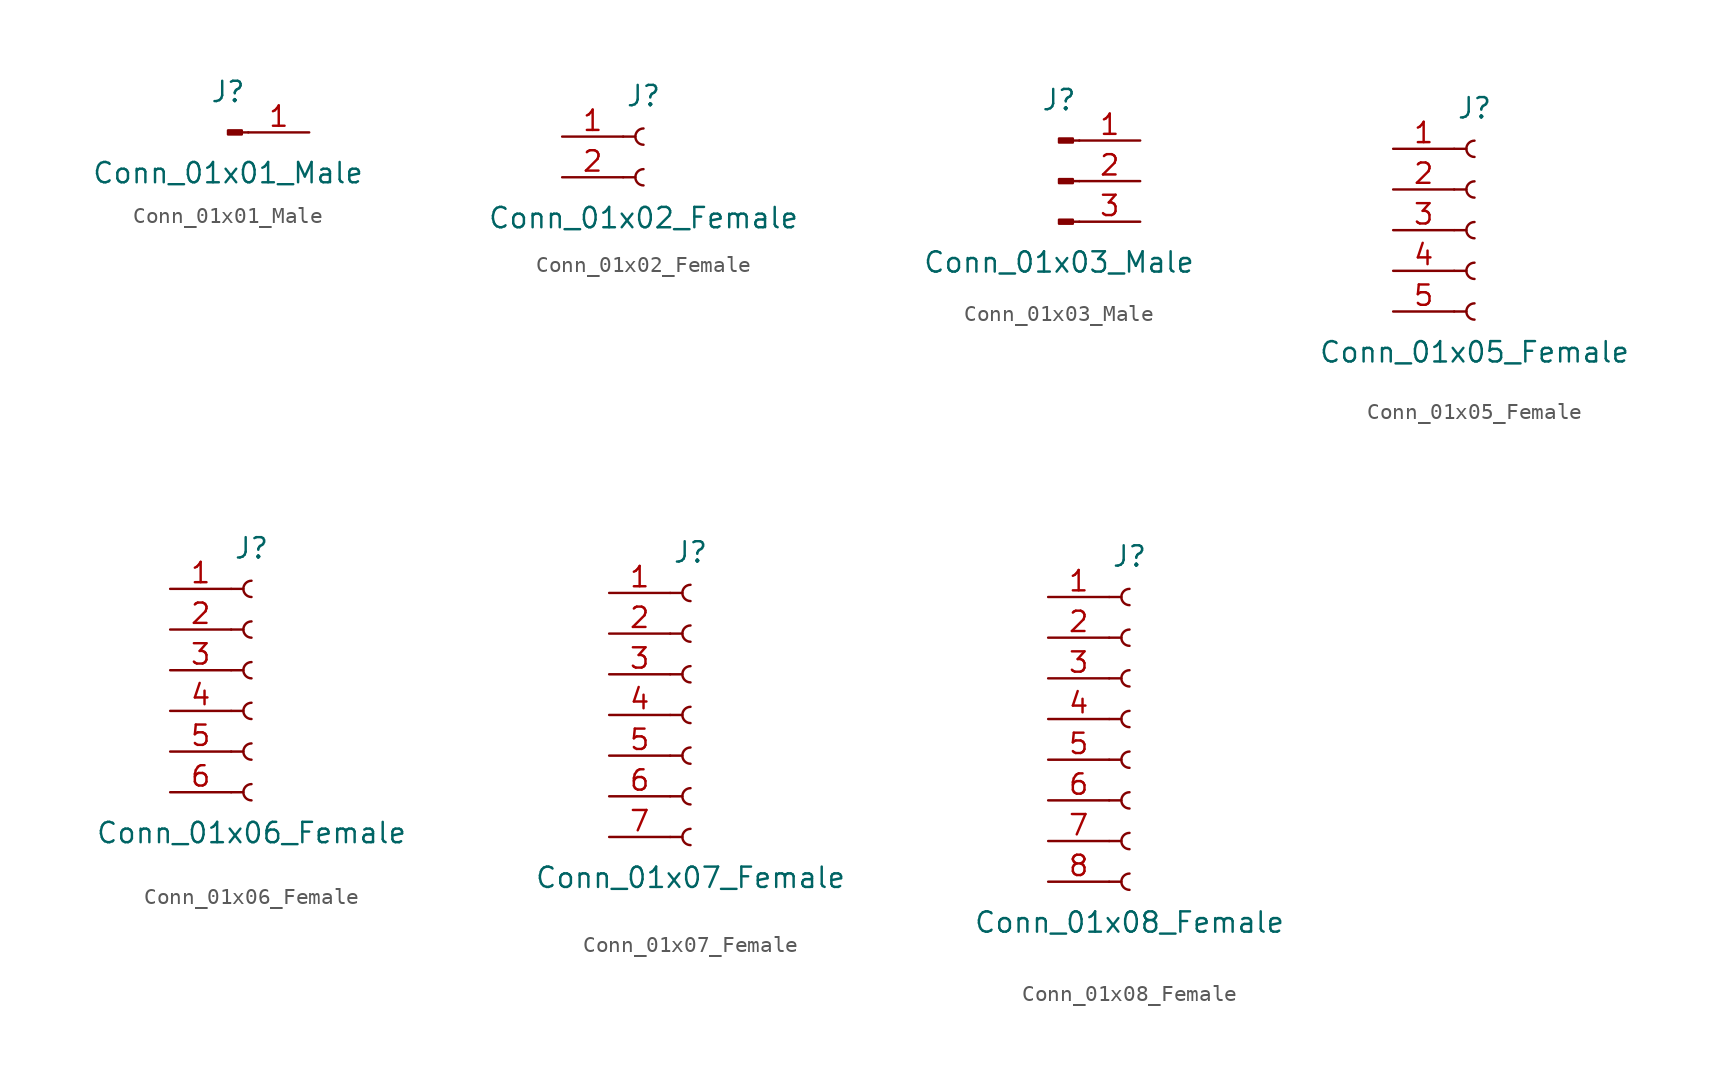
<source format=kicad_sym>
(kicad_symbol_lib
  (version 20201005)
  (generator kicad_symbol_editor)
  (symbol "Conn_01x01_Male"
    (pin_names
      (offset 1.016) hide)
    (property "Reference" "J"
      (at 0 2.54 0)
      (effects (font (size 1.27 1.27))))
    (property "Value" "Conn_01x01_Male"
      (at 0 -2.54 0)
      (effects (font (size 1.27 1.27))))
    (symbol "Conn_01x01_Male_1_1"
      (rectangle (start 0.864 0.127) (end 0 -0.127) (stroke (width 0.152)) (fill (type outline)))
      (polyline (pts (xy 1.27 0) (xy 0.864 0)) (stroke (width 0.152)) (fill (type none)))
      (pin passive line (at 5.08 0 180) (length 3.81) (name "Pin_1" (effects (font (size 1.27 1.27)))) (number "1" (effects (font (size 1.27 1.27)))))))
  (symbol "Conn_01x02_Female"
    (pin_names
      (offset 1.016) hide)
    (property "Reference" "J"
      (at 0 2.54 0)
      (effects (font (size 1.27 1.27))))
    (property "Value" "Conn_01x02_Female"
      (at 0 -5.08 0)
      (effects (font (size 1.27 1.27))))
    (symbol "Conn_01x02_Female_1_1"
      (arc (start 0 -2.032) (end 0 -3.048) (radius (at 0 -2.54) (length 0.508) (angles 90.1 -90.1)) (stroke (width 0.1524)) (fill (type none)))
      (arc (start 0 0.508) (end 0 -0.508) (radius (at 0 0) (length 0.508) (angles 90.1 -90.1)) (stroke (width 0.1524)) (fill (type none)))
      (polyline (pts (xy -1.27 -2.54) (xy -0.508 -2.54)) (stroke (width 0.152)) (fill (type none)))
      (polyline (pts (xy -1.27 0) (xy -0.508 0)) (stroke (width 0.152)) (fill (type none)))
      (pin passive line (at -5.08 0 0) (length 3.81) (name "Pin_1" (effects (font (size 1.27 1.27)))) (number "1" (effects (font (size 1.27 1.27)))))
      (pin passive line (at -5.08 -2.54 0) (length 3.81) (name "Pin_2" (effects (font (size 1.27 1.27)))) (number "2" (effects (font (size 1.27 1.27)))))))
  (symbol "Conn_01x03_Male"
    (pin_names
      (offset 1.016) hide)
    (property "Reference" "J"
      (at 0 5.08 0)
      (effects (font (size 1.27 1.27))))
    (property "Value" "Conn_01x03_Male"
      (at 0 -5.08 0)
      (effects (font (size 1.27 1.27))))
    (symbol "Conn_01x03_Male_1_1"
      (rectangle (start 0.864 -2.413) (end 0 -2.667) (stroke (width 0.152)) (fill (type outline)))
      (rectangle (start 0.864 0.127) (end 0 -0.127) (stroke (width 0.152)) (fill (type outline)))
      (rectangle (start 0.864 2.667) (end 0 2.413) (stroke (width 0.152)) (fill (type outline)))
      (polyline (pts (xy 1.27 -2.54) (xy 0.864 -2.54)) (stroke (width 0.152)) (fill (type none)))
      (polyline (pts (xy 1.27 0) (xy 0.864 0)) (stroke (width 0.152)) (fill (type none)))
      (polyline (pts (xy 1.27 2.54) (xy 0.864 2.54)) (stroke (width 0.152)) (fill (type none)))
      (pin passive line (at 5.08 2.54 180) (length 3.81) (name "Pin_1" (effects (font (size 1.27 1.27)))) (number "1" (effects (font (size 1.27 1.27)))))
      (pin passive line (at 5.08 0 180) (length 3.81) (name "Pin_2" (effects (font (size 1.27 1.27)))) (number "2" (effects (font (size 1.27 1.27)))))
      (pin passive line (at 5.08 -2.54 180) (length 3.81) (name "Pin_3" (effects (font (size 1.27 1.27)))) (number "3" (effects (font (size 1.27 1.27)))))))
  (symbol "Conn_01x05_Female"
    (pin_names
      (offset 1.016) hide)
    (property "Reference" "J"
      (at 0 7.62 0)
      (effects (font (size 1.27 1.27))))
    (property "Value" "Conn_01x05_Female"
      (at 0 -7.62 0)
      (effects (font (size 1.27 1.27))))
    (symbol "Conn_01x05_Female_1_1"
      (arc (start 0 -4.572) (end 0 -5.588) (radius (at 0 -5.08) (length 0.508) (angles 90.1 -90.1)) (stroke (width 0.1524)) (fill (type none)))
      (arc (start 0 -2.032) (end 0 -3.048) (radius (at 0 -2.54) (length 0.508) (angles 90.1 -90.1)) (stroke (width 0.1524)) (fill (type none)))
      (arc (start 0 0.508) (end 0 -0.508) (radius (at 0 0) (length 0.508) (angles 90.1 -90.1)) (stroke (width 0.1524)) (fill (type none)))
      (arc (start 0 3.048) (end 0 2.032) (radius (at 0 2.54) (length 0.508) (angles 90.1 -90.1)) (stroke (width 0.1524)) (fill (type none)))
      (arc (start 0 5.588) (end 0 4.572) (radius (at 0 5.08) (length 0.508) (angles 90.1 -90.1)) (stroke (width 0.1524)) (fill (type none)))
      (polyline (pts (xy -1.27 -5.08) (xy -0.508 -5.08)) (stroke (width 0.152)) (fill (type none)))
      (polyline (pts (xy -1.27 -2.54) (xy -0.508 -2.54)) (stroke (width 0.152)) (fill (type none)))
      (polyline (pts (xy -1.27 0) (xy -0.508 0)) (stroke (width 0.152)) (fill (type none)))
      (polyline (pts (xy -1.27 2.54) (xy -0.508 2.54)) (stroke (width 0.152)) (fill (type none)))
      (polyline (pts (xy -1.27 5.08) (xy -0.508 5.08)) (stroke (width 0.152)) (fill (type none)))
      (pin passive line (at -5.08 5.08 0) (length 3.81) (name "Pin_1" (effects (font (size 1.27 1.27)))) (number "1" (effects (font (size 1.27 1.27)))))
      (pin passive line (at -5.08 2.54 0) (length 3.81) (name "Pin_2" (effects (font (size 1.27 1.27)))) (number "2" (effects (font (size 1.27 1.27)))))
      (pin passive line (at -5.08 0 0) (length 3.81) (name "Pin_3" (effects (font (size 1.27 1.27)))) (number "3" (effects (font (size 1.27 1.27)))))
      (pin passive line (at -5.08 -2.54 0) (length 3.81) (name "Pin_4" (effects (font (size 1.27 1.27)))) (number "4" (effects (font (size 1.27 1.27)))))
      (pin passive line (at -5.08 -5.08 0) (length 3.81) (name "Pin_5" (effects (font (size 1.27 1.27)))) (number "5" (effects (font (size 1.27 1.27)))))))
  (symbol "Conn_01x06_Female"
    (pin_names
      (offset 1.016) hide)
    (property "Reference" "J"
      (at 0 7.62 0)
      (effects (font (size 1.27 1.27))))
    (property "Value" "Conn_01x06_Female"
      (at 0 -10.16 0)
      (effects (font (size 1.27 1.27))))
    (symbol "Conn_01x06_Female_1_1"
      (arc (start 0 -7.112) (end 0 -8.128) (radius (at 0 -7.62) (length 0.508) (angles 90.1 -90.1)) (stroke (width 0.1524)) (fill (type none)))
      (arc (start 0 -4.572) (end 0 -5.588) (radius (at 0 -5.08) (length 0.508) (angles 90.1 -90.1)) (stroke (width 0.1524)) (fill (type none)))
      (arc (start 0 -2.032) (end 0 -3.048) (radius (at 0 -2.54) (length 0.508) (angles 90.1 -90.1)) (stroke (width 0.1524)) (fill (type none)))
      (arc (start 0 0.508) (end 0 -0.508) (radius (at 0 0) (length 0.508) (angles 90.1 -90.1)) (stroke (width 0.1524)) (fill (type none)))
      (arc (start 0 3.048) (end 0 2.032) (radius (at 0 2.54) (length 0.508) (angles 90.1 -90.1)) (stroke (width 0.1524)) (fill (type none)))
      (arc (start 0 5.588) (end 0 4.572) (radius (at 0 5.08) (length 0.508) (angles 90.1 -90.1)) (stroke (width 0.1524)) (fill (type none)))
      (polyline (pts (xy -1.27 -7.62) (xy -0.508 -7.62)) (stroke (width 0.152)) (fill (type none)))
      (polyline (pts (xy -1.27 -5.08) (xy -0.508 -5.08)) (stroke (width 0.152)) (fill (type none)))
      (polyline (pts (xy -1.27 -2.54) (xy -0.508 -2.54)) (stroke (width 0.152)) (fill (type none)))
      (polyline (pts (xy -1.27 0) (xy -0.508 0)) (stroke (width 0.152)) (fill (type none)))
      (polyline (pts (xy -1.27 2.54) (xy -0.508 2.54)) (stroke (width 0.152)) (fill (type none)))
      (polyline (pts (xy -1.27 5.08) (xy -0.508 5.08)) (stroke (width 0.152)) (fill (type none)))
      (pin passive line (at -5.08 5.08 0) (length 3.81) (name "Pin_1" (effects (font (size 1.27 1.27)))) (number "1" (effects (font (size 1.27 1.27)))))
      (pin passive line (at -5.08 2.54 0) (length 3.81) (name "Pin_2" (effects (font (size 1.27 1.27)))) (number "2" (effects (font (size 1.27 1.27)))))
      (pin passive line (at -5.08 0 0) (length 3.81) (name "Pin_3" (effects (font (size 1.27 1.27)))) (number "3" (effects (font (size 1.27 1.27)))))
      (pin passive line (at -5.08 -2.54 0) (length 3.81) (name "Pin_4" (effects (font (size 1.27 1.27)))) (number "4" (effects (font (size 1.27 1.27)))))
      (pin passive line (at -5.08 -5.08 0) (length 3.81) (name "Pin_5" (effects (font (size 1.27 1.27)))) (number "5" (effects (font (size 1.27 1.27)))))
      (pin passive line (at -5.08 -7.62 0) (length 3.81) (name "Pin_6" (effects (font (size 1.27 1.27)))) (number "6" (effects (font (size 1.27 1.27)))))))
  (symbol "Conn_01x07_Female"
    (pin_names
      (offset 1.016) hide)
    (property "Reference" "J"
      (at 0 10.16 0)
      (effects (font (size 1.27 1.27))))
    (property "Value" "Conn_01x07_Female"
      (at 0 -10.16 0)
      (effects (font (size 1.27 1.27))))
    (symbol "Conn_01x07_Female_1_1"
      (arc (start 0 -7.112) (end 0 -8.128) (radius (at 0 -7.62) (length 0.508) (angles 90.1 -90.1)) (stroke (width 0.1524)) (fill (type none)))
      (arc (start 0 -4.572) (end 0 -5.588) (radius (at 0 -5.08) (length 0.508) (angles 90.1 -90.1)) (stroke (width 0.1524)) (fill (type none)))
      (arc (start 0 -2.032) (end 0 -3.048) (radius (at 0 -2.54) (length 0.508) (angles 90.1 -90.1)) (stroke (width 0.1524)) (fill (type none)))
      (arc (start 0 0.508) (end 0 -0.508) (radius (at 0 0) (length 0.508) (angles 90.1 -90.1)) (stroke (width 0.1524)) (fill (type none)))
      (arc (start 0 3.048) (end 0 2.032) (radius (at 0 2.54) (length 0.508) (angles 90.1 -90.1)) (stroke (width 0.1524)) (fill (type none)))
      (arc (start 0 5.588) (end 0 4.572) (radius (at 0 5.08) (length 0.508) (angles 90.1 -90.1)) (stroke (width 0.1524)) (fill (type none)))
      (arc (start 0 8.128) (end 0 7.112) (radius (at 0 7.62) (length 0.508) (angles 90.1 -90.1)) (stroke (width 0.1524)) (fill (type none)))
      (polyline (pts (xy -1.27 -7.62) (xy -0.508 -7.62)) (stroke (width 0.152)) (fill (type none)))
      (polyline (pts (xy -1.27 -5.08) (xy -0.508 -5.08)) (stroke (width 0.152)) (fill (type none)))
      (polyline (pts (xy -1.27 -2.54) (xy -0.508 -2.54)) (stroke (width 0.152)) (fill (type none)))
      (polyline (pts (xy -1.27 0) (xy -0.508 0)) (stroke (width 0.152)) (fill (type none)))
      (polyline (pts (xy -1.27 2.54) (xy -0.508 2.54)) (stroke (width 0.152)) (fill (type none)))
      (polyline (pts (xy -1.27 5.08) (xy -0.508 5.08)) (stroke (width 0.152)) (fill (type none)))
      (polyline (pts (xy -1.27 7.62) (xy -0.508 7.62)) (stroke (width 0.152)) (fill (type none)))
      (pin passive line (at -5.08 7.62 0) (length 3.81) (name "Pin_1" (effects (font (size 1.27 1.27)))) (number "1" (effects (font (size 1.27 1.27)))))
      (pin passive line (at -5.08 5.08 0) (length 3.81) (name "Pin_2" (effects (font (size 1.27 1.27)))) (number "2" (effects (font (size 1.27 1.27)))))
      (pin passive line (at -5.08 2.54 0) (length 3.81) (name "Pin_3" (effects (font (size 1.27 1.27)))) (number "3" (effects (font (size 1.27 1.27)))))
      (pin passive line (at -5.08 0 0) (length 3.81) (name "Pin_4" (effects (font (size 1.27 1.27)))) (number "4" (effects (font (size 1.27 1.27)))))
      (pin passive line (at -5.08 -2.54 0) (length 3.81) (name "Pin_5" (effects (font (size 1.27 1.27)))) (number "5" (effects (font (size 1.27 1.27)))))
      (pin passive line (at -5.08 -5.08 0) (length 3.81) (name "Pin_6" (effects (font (size 1.27 1.27)))) (number "6" (effects (font (size 1.27 1.27)))))
      (pin passive line (at -5.08 -7.62 0) (length 3.81) (name "Pin_7" (effects (font (size 1.27 1.27)))) (number "7" (effects (font (size 1.27 1.27)))))))
  (symbol "Conn_01x08_Female"
    (pin_names
      (offset 1.016) hide)
    (property "Reference" "J"
      (at 0 10.16 0)
      (effects (font (size 1.27 1.27))))
    (property "Value" "Conn_01x08_Female"
      (at 0 -12.7 0)
      (effects (font (size 1.27 1.27))))
    (symbol "Conn_01x08_Female_1_1"
      (arc (start 0 -9.652) (end 0 -10.668) (radius (at 0 -10.16) (length 0.508) (angles 90.1 -90.1)) (stroke (width 0.1524)) (fill (type none)))
      (arc (start 0 -7.112) (end 0 -8.128) (radius (at 0 -7.62) (length 0.508) (angles 90.1 -90.1)) (stroke (width 0.1524)) (fill (type none)))
      (arc (start 0 -4.572) (end 0 -5.588) (radius (at 0 -5.08) (length 0.508) (angles 90.1 -90.1)) (stroke (width 0.1524)) (fill (type none)))
      (arc (start 0 -2.032) (end 0 -3.048) (radius (at 0 -2.54) (length 0.508) (angles 90.1 -90.1)) (stroke (width 0.1524)) (fill (type none)))
      (arc (start 0 0.508) (end 0 -0.508) (radius (at 0 0) (length 0.508) (angles 90.1 -90.1)) (stroke (width 0.1524)) (fill (type none)))
      (arc (start 0 3.048) (end 0 2.032) (radius (at 0 2.54) (length 0.508) (angles 90.1 -90.1)) (stroke (width 0.1524)) (fill (type none)))
      (arc (start 0 5.588) (end 0 4.572) (radius (at 0 5.08) (length 0.508) (angles 90.1 -90.1)) (stroke (width 0.1524)) (fill (type none)))
      (arc (start 0 8.128) (end 0 7.112) (radius (at 0 7.62) (length 0.508) (angles 90.1 -90.1)) (stroke (width 0.1524)) (fill (type none)))
      (polyline (pts (xy -1.27 -10.16) (xy -0.508 -10.16)) (stroke (width 0.152)) (fill (type none)))
      (polyline (pts (xy -1.27 -7.62) (xy -0.508 -7.62)) (stroke (width 0.152)) (fill (type none)))
      (polyline (pts (xy -1.27 -5.08) (xy -0.508 -5.08)) (stroke (width 0.152)) (fill (type none)))
      (polyline (pts (xy -1.27 -2.54) (xy -0.508 -2.54)) (stroke (width 0.152)) (fill (type none)))
      (polyline (pts (xy -1.27 0) (xy -0.508 0)) (stroke (width 0.152)) (fill (type none)))
      (polyline (pts (xy -1.27 2.54) (xy -0.508 2.54)) (stroke (width 0.152)) (fill (type none)))
      (polyline (pts (xy -1.27 5.08) (xy -0.508 5.08)) (stroke (width 0.152)) (fill (type none)))
      (polyline (pts (xy -1.27 7.62) (xy -0.508 7.62)) (stroke (width 0.152)) (fill (type none)))
      (pin passive line (at -5.08 7.62 0) (length 3.81) (name "Pin_1" (effects (font (size 1.27 1.27)))) (number "1" (effects (font (size 1.27 1.27)))))
      (pin passive line (at -5.08 5.08 0) (length 3.81) (name "Pin_2" (effects (font (size 1.27 1.27)))) (number "2" (effects (font (size 1.27 1.27)))))
      (pin passive line (at -5.08 2.54 0) (length 3.81) (name "Pin_3" (effects (font (size 1.27 1.27)))) (number "3" (effects (font (size 1.27 1.27)))))
      (pin passive line (at -5.08 0 0) (length 3.81) (name "Pin_4" (effects (font (size 1.27 1.27)))) (number "4" (effects (font (size 1.27 1.27)))))
      (pin passive line (at -5.08 -2.54 0) (length 3.81) (name "Pin_5" (effects (font (size 1.27 1.27)))) (number "5" (effects (font (size 1.27 1.27)))))
      (pin passive line (at -5.08 -5.08 0) (length 3.81) (name "Pin_6" (effects (font (size 1.27 1.27)))) (number "6" (effects (font (size 1.27 1.27)))))
      (pin passive line (at -5.08 -7.62 0) (length 3.81) (name "Pin_7" (effects (font (size 1.27 1.27)))) (number "7" (effects (font (size 1.27 1.27)))))
      (pin passive line (at -5.08 -10.16 0) (length 3.81) (name "Pin_8" (effects (font (size 1.27 1.27)))) (number "8" (effects (font (size 1.27 1.27))))))))
</source>
